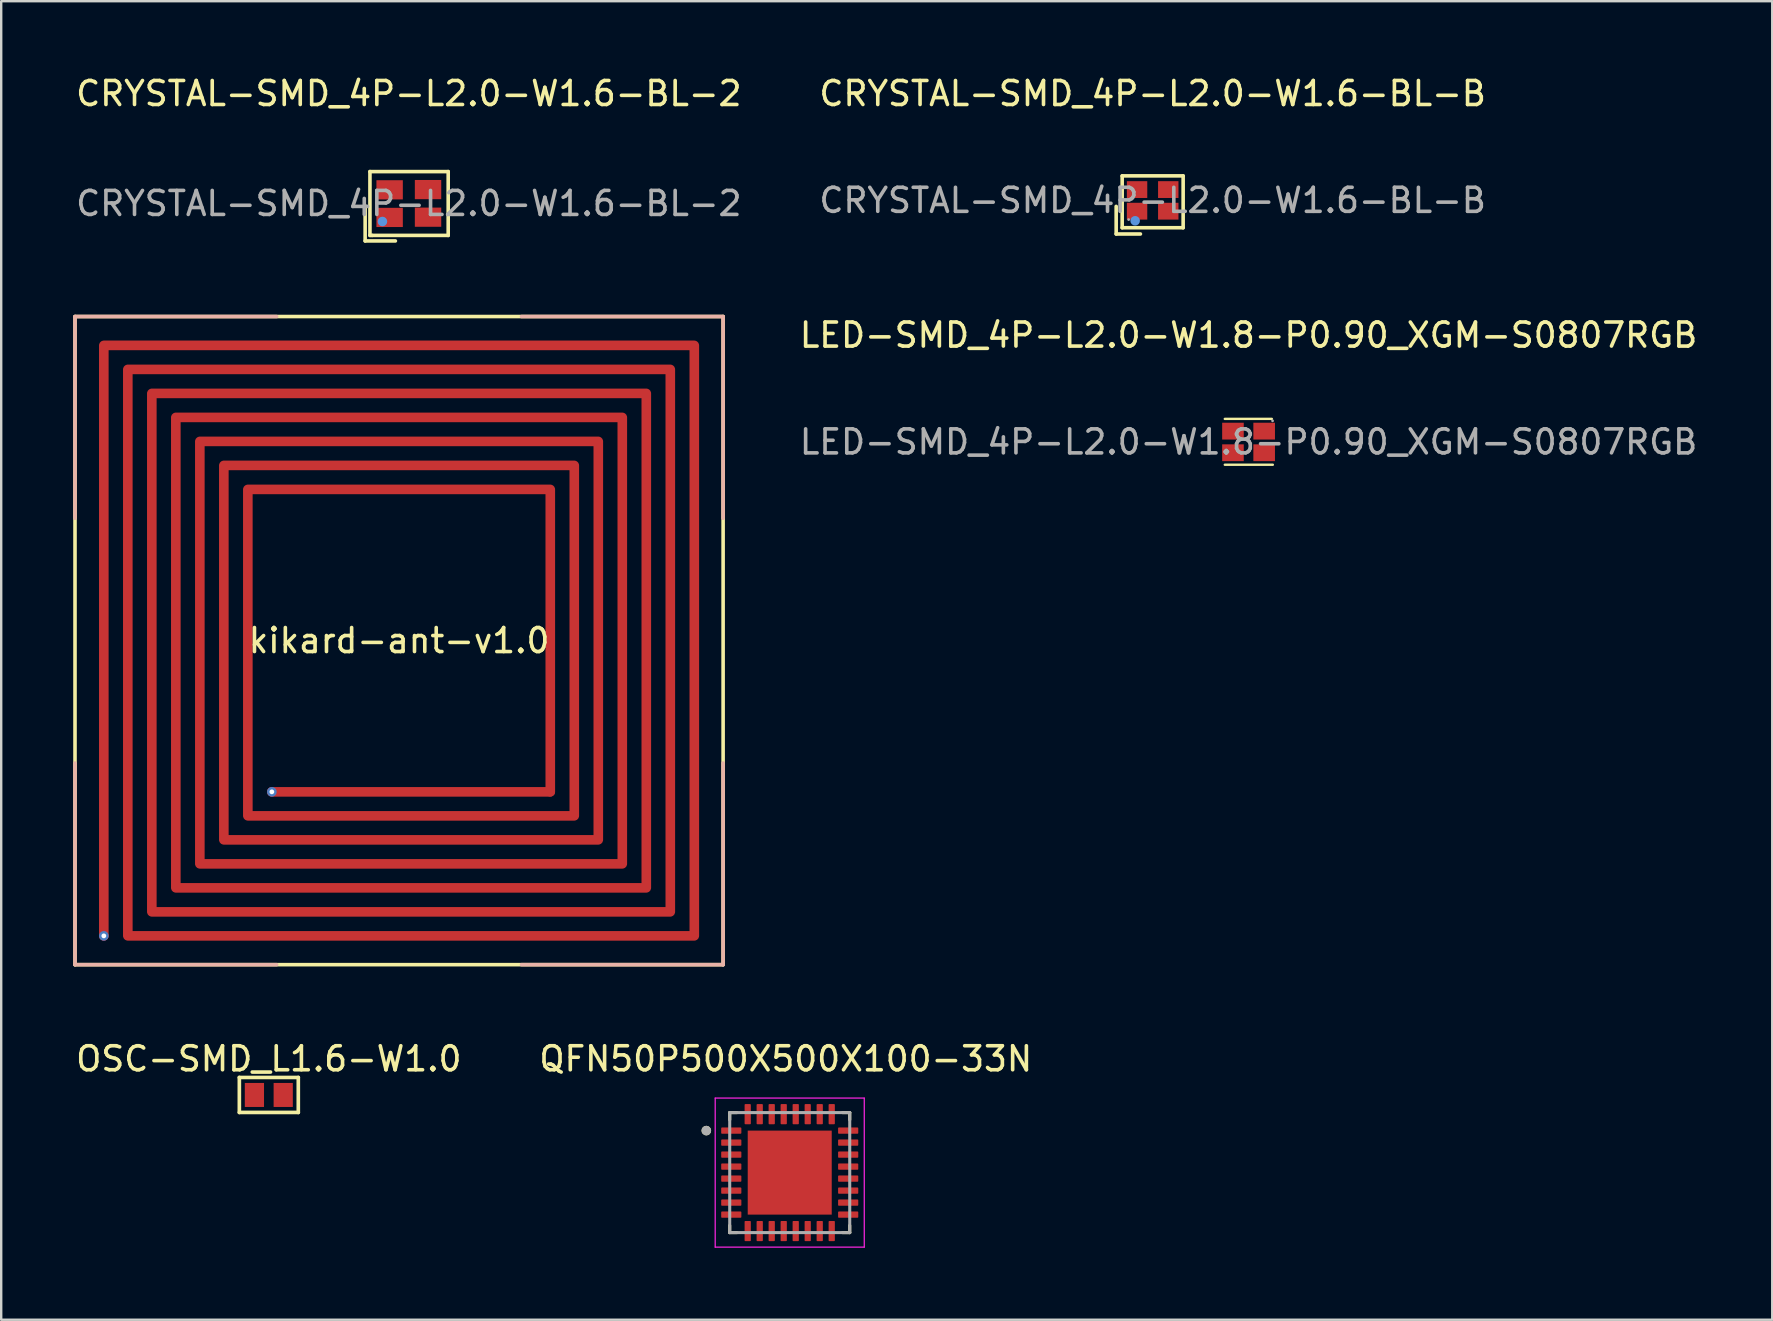
<source format=kicad_pcb>
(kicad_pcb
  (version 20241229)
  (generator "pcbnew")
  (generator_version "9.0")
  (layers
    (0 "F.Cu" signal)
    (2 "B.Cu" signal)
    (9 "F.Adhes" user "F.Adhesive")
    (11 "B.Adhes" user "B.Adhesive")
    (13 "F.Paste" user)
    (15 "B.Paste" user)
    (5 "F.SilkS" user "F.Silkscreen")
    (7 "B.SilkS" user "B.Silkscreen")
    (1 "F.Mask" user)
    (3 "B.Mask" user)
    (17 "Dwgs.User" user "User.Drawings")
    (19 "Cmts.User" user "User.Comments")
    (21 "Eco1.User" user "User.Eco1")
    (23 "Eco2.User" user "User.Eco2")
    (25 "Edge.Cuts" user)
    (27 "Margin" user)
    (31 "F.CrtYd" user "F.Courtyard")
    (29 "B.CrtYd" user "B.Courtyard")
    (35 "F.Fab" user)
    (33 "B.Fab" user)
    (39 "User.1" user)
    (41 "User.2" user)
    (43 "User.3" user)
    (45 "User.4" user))
  (footprint "CRYSTAL-SMD_4P-L2.0-W1.6-BL-B"
    (layer "F.Cu")
    (at 44.97 5.298)
    (property "Reference" "CRYSTAL-SMD_4P-L2.0-W1.6-BL-B" (at 0 -4.45 0) (layer "F.SilkS") (effects (font (size 1 1) (thickness 0.15))))
    (attr smd)
    (fp_line (start -1.52 0.25) (end -1.52 1.4) (stroke (width 0.15) (type solid)) (layer "F.SilkS"))
    (fp_line (start -1.52 1.4) (end -0.51 1.4) (stroke (width 0.15) (type solid)) (layer "F.SilkS"))
    (fp_line (start -1.27 -1.02) (end -1.27 1.14) (stroke (width 0.15) (type solid)) (layer "F.SilkS"))
    (fp_line (start -1.27 1.14) (end 1.27 1.14) (stroke (width 0.15) (type solid)) (layer "F.SilkS"))
    (fp_line (start 1.27 -1.02) (end -1.27 -1.02) (stroke (width 0.15) (type solid)) (layer "F.SilkS"))
    (fp_line (start 1.27 1.14) (end 1.27 -1.02) (stroke (width 0.15) (type solid)) (layer "F.SilkS"))
    (fp_circle (center -0.73 0.85) (end -0.63 0.85) (stroke (width 0.2) (type solid)) (fill no) (layer "Cmts.User"))
    (fp_circle (center -1 0.8) (end -0.97 0.8) (stroke (width 0.06) (type solid)) (fill no) (layer "F.Fab"))
    (fp_text user "${REFERENCE}" (at 0 0 0) (layer "F.Fab") (effects (font (size 1 1) (thickness 0.15))))
    (pad "1" smd rect (at -0.65 0.45) (size 0.85 0.7) (layers "F.Cu" "F.Mask" "F.Paste"))
    (pad "2" smd rect (at 0.65 0.45) (size 0.85 0.7) (layers "F.Cu" "F.Mask" "F.Paste"))
    (pad "3" smd rect (at 0.65 -0.45) (size 0.85 0.7) (layers "F.Cu" "F.Mask" "F.Paste"))
    (pad "4" smd rect (at -0.65 -0.45) (size 0.85 0.7) (layers "F.Cu" "F.Mask" "F.Paste")))
  (footprint "CRYSTAL-SMD_4P-L2.0-W1.6-BL-2"
    (layer "F.Cu")
    (at 13.982 5.428)
    (property "Reference" "CRYSTAL-SMD_4P-L2.0-W1.6-BL-2" (at 0 -4.58 0) (layer "F.SilkS") (effects (font (size 1 1) (thickness 0.15))))
    (attr smd)
    (fp_line (start -1.82 0.1) (end -1.82 1.56) (stroke (width 0.15) (type solid)) (layer "F.SilkS"))
    (fp_line (start -1.82 1.56) (end -0.56 1.56) (stroke (width 0.15) (type solid)) (layer "F.SilkS"))
    (fp_line (start -1.62 -1.33) (end 1.64 -1.33) (stroke (width 0.15) (type solid)) (layer "F.SilkS"))
    (fp_line (start -1.62 1.33) (end -1.62 -1.33) (stroke (width 0.15) (type solid)) (layer "F.SilkS"))
    (fp_line (start -1.53 1.33) (end -1.62 1.33) (stroke (width 0.15) (type solid)) (layer "F.SilkS"))
    (fp_line (start 1.64 -1.33) (end 1.64 1.33) (stroke (width 0.15) (type solid)) (layer "F.SilkS"))
    (fp_line (start 1.64 1.33) (end -1.53 1.33) (stroke (width 0.15) (type solid)) (layer "F.SilkS"))
    (fp_circle (center -1.1 0.75) (end -1 0.75) (stroke (width 0.2) (type solid)) (fill no) (layer "Cmts.User"))
    (fp_circle (center -1 0.8) (end -0.97 0.8) (stroke (width 0.06) (type solid)) (fill no) (layer "F.Fab"))
    (fp_text user "${REFERENCE}" (at 0 0 0) (layer "F.Fab") (effects (font (size 1 1) (thickness 0.15))))
    (pad "1" smd rect (at -0.8 0.58) (size 1.1 0.8) (layers "F.Cu" "F.Mask" "F.Paste"))
    (pad "2" smd rect (at 0.8 0.57) (size 1.1 0.8) (layers "F.Cu" "F.Mask" "F.Paste"))
    (pad "3" smd rect (at 0.8 -0.58) (size 1.1 0.8) (layers "F.Cu" "F.Mask" "F.Paste"))
    (pad "4" smd rect (at -0.8 -0.57) (size 1.1 0.8) (layers "F.Cu" "F.Mask" "F.Paste")))
  (footprint "kikard-ant-v1.0"
    (layer "F.Cu")
    (at 1.075 11.138)
    (property "Reference" "kikard-ant-v1.0" (at 12.5 12.5 0) (layer "F.SilkS") (effects (font (size 1 1) (thickness 0.15))))
    (attr through_hole)
    (fp_line (start -1 -1) (end 26 -1) (stroke (width 0.15) (type solid)) (layer "F.SilkS"))
    (fp_line (start -1 26) (end -1 -1) (stroke (width 0.15) (type solid)) (layer "F.SilkS"))
    (fp_line (start 26 -1) (end 26 26) (stroke (width 0.15) (type solid)) (layer "F.SilkS"))
    (fp_line (start 26 26) (end -1 26) (stroke (width 0.15) (type solid)) (layer "F.SilkS"))
    (fp_line (start -1 -1) (end -1 7.4) (stroke (width 0.15) (type solid)) (layer "B.SilkS"))
    (fp_line (start -1 -1) (end 7.4 -1) (stroke (width 0.15) (type solid)) (layer "B.SilkS"))
    (fp_line (start -1 26) (end -1 17.6) (stroke (width 0.15) (type solid)) (layer "B.SilkS"))
    (fp_line (start -1 26) (end 7.4 26) (stroke (width 0.15) (type solid)) (layer "B.SilkS"))
    (fp_line (start 26 -1) (end 17.6 -1) (stroke (width 0.15) (type solid)) (layer "B.SilkS"))
    (fp_line (start 26 -1) (end 26 7.4) (stroke (width 0.15) (type solid)) (layer "B.SilkS"))
    (fp_line (start 26 26) (end 17.6 26) (stroke (width 0.15) (type solid)) (layer "B.SilkS"))
    (fp_line (start 26 26) (end 26 17.6) (stroke (width 0.15) (type solid)) (layer "B.SilkS"))
    (pad "1" thru_hole circle (at 0.2 24.8) (size 0.4 0.4) (drill 0.2) (layers "*.Cu" "*.Mask"))
    (pad "1" smd custom (at 0.2 24.8) (size 0.4 0.4) (layers "F.Cu") (options (anchor circle)) (primitives (gr_line (start 0 0) (end 0 -24.6) (width 0.4)) (gr_line (start 0 -24.6) (end 24.6 -24.6) (width 0.4)) (gr_line (start 24.6 -24.6) (end 24.6 0) (width 0.4)) (gr_line (start 24.6 0) (end 1 0) (width 0.4)) (gr_line (start 1 0) (end 1 -23.6) (width 0.4)) (gr_line (start 1 -23.6) (end 23.6 -23.6) (width 0.4)) (gr_line (start 23.6 -23.6) (end 23.6 -1) (width 0.4)) (gr_line (start 23.6 -1) (end 2 -1) (width 0.4)) (gr_line (start 2 -1) (end 2 -22.6) (width 0.4)) (gr_line (start 2 -22.6) (end 22.6 -22.6) (width 0.4)) (gr_line (start 22.6 -22.6) (end 22.6 -2) (width 0.4)) (gr_line (start 22.6 -2) (end 3 -2) (width 0.4)) (gr_line (start 3 -2) (end 3 -21.6) (width 0.4)) (gr_line (start 3 -21.6) (end 21.6 -21.6) (width 0.4)) (gr_line (start 21.6 -21.6) (end 21.6 -3) (width 0.4)) (gr_line (start 21.6 -3) (end 4 -3) (width 0.4)) (gr_line (start 4 -3) (end 4 -20.6) (width 0.4)) (gr_line (start 4 -20.6) (end 20.6 -20.6) (width 0.4)) (gr_line (start 20.6 -20.6) (end 20.6 -4) (width 0.4)) (gr_line (start 20.6 -4) (end 5 -4) (width 0.4)) (gr_line (start 5 -4) (end 5 -19.6) (width 0.4)) (gr_line (start 5 -19.6) (end 19.6 -19.6) (width 0.4)) (gr_line (start 19.6 -19.6) (end 19.6 -5) (width 0.4)) (gr_line (start 19.6 -5) (end 6 -5) (width 0.4)) (gr_line (start 6 -5) (end 6 -18.6) (width 0.4)) (gr_line (start 6 -18.6) (end 18.6 -18.6) (width 0.4)) (gr_line (start 18.6 -18.6) (end 18.6 -6) (width 0.4))))
    (pad "2" thru_hole circle (at 7.2 18.8) (size 0.4 0.4) (drill 0.2) (layers "*.Cu" "*.Mask"))
    (pad "2" smd custom (at 7.2 18.8) (size 0.4 0.4) (layers "F.Cu") (options (anchor circle)) (primitives (gr_line (start 0 0) (end 11.6 0) (width 0.4)))))
  (footprint "OSC-SMD_L1.6-W1.0"
    (layer "F.Cu")
    (at 8.149 42.566)
    (property "Reference" "OSC-SMD_L1.6-W1.0" (at 0 -1.505 0) (layer "F.SilkS") (effects (font (size 1 1) (thickness 0.15))))
    (fp_line (start -1.228 -0.729) (end 1.228 -0.729) (stroke (width 0.152) (type default)) (layer "F.SilkS"))
    (fp_line (start -1.228 0.729) (end -1.228 -0.729) (stroke (width 0.152) (type default)) (layer "F.SilkS"))
    (fp_line (start 1.228 -0.729) (end 1.228 0.729) (stroke (width 0.152) (type default)) (layer "F.SilkS"))
    (fp_line (start 1.228 0.729) (end -1.228 0.729) (stroke (width 0.152) (type default)) (layer "F.SilkS"))
    (fp_poly (pts (xy -0.3 0.4) (xy -0.3 -0.4) (xy -0.7 -0.4) (xy -0.7 0.4)) (stroke (width 0.1) (type default)) (fill no) (layer "User.1"))
    (fp_poly (pts (xy 0.3 0.4) (xy 0.3 -0.4) (xy 0.7 -0.4) (xy 0.7 0.4)) (stroke (width 0.1) (type default)) (fill no) (layer "User.1"))
    (fp_line (start -0.8 -0.5) (end 0.8 -0.5) (stroke (width 0.051) (type default)) (layer "User.2"))
    (fp_line (start -0.8 0.5) (end -0.8 -0.5) (stroke (width 0.051) (type default)) (layer "User.2"))
    (fp_line (start 0.8 -0.5) (end 0.8 0.5) (stroke (width 0.051) (type default)) (layer "User.2"))
    (fp_line (start 0.8 0.5) (end -0.8 0.5) (stroke (width 0.051) (type default)) (layer "User.2"))
    (fp_poly (pts (xy -0.745 0.477) (xy -0.777 0.445) (xy -0.823 0.445) (xy -0.855 0.477) (xy -0.855 0.523) (xy -0.823 0.555) (xy -0.777 0.555) (xy -0.745 0.523)) (stroke (width 0.1) (type default)) (fill no) (layer "User.3"))
    (pad "1" smd rect (at -0.6 0) (size 0.8 1) (layers "F.Cu" "F.Mask" "F.Paste"))
    (pad "2" smd rect (at 0.6 0) (size 0.8 1) (layers "F.Cu" "F.Mask" "F.Paste")))
  (footprint "QFN50P500X500X100-33N"
    (layer "F.Cu")
    (at 29.85 45.801)
    (property "Reference" "QFN50P500X500X100-33N" (at -0.165 -4.74 0) (layer "F.SilkS") (effects (font (size 1 1) (thickness 0.15))))
    (attr smd)
    (fp_line (start -2.5 -2.5) (end -2.5 -2.2) (stroke (width 0.127) (type solid)) (layer "F.SilkS"))
    (fp_line (start -2.5 -2.5) (end -2.2 -2.5) (stroke (width 0.127) (type solid)) (layer "F.SilkS"))
    (fp_line (start -2.5 2.5) (end -2.5 2.2) (stroke (width 0.127) (type solid)) (layer "F.SilkS"))
    (fp_line (start -2.5 2.5) (end -2.2 2.5) (stroke (width 0.127) (type solid)) (layer "F.SilkS"))
    (fp_line (start 2.5 -2.5) (end 2.2 -2.5) (stroke (width 0.127) (type solid)) (layer "F.SilkS"))
    (fp_line (start 2.5 -2.5) (end 2.5 -2.2) (stroke (width 0.127) (type solid)) (layer "F.SilkS"))
    (fp_line (start 2.5 2.5) (end 2.2 2.5) (stroke (width 0.127) (type solid)) (layer "F.SilkS"))
    (fp_line (start 2.5 2.5) (end 2.5 2.2) (stroke (width 0.127) (type solid)) (layer "F.SilkS"))
    (fp_circle (center -3.475 -1.75) (end -3.375 -1.75) (stroke (width 0.2) (type solid)) (fill no) (layer "F.SilkS"))
    (fp_poly (pts (xy -1.11 -1.11) (xy 1.11 -1.11) (xy 1.11 1.11) (xy -1.11 1.11)) (stroke (width 0.01) (type solid)) (fill yes) (layer "F.Paste"))
    (fp_line (start -3.105 -3.105) (end 3.105 -3.105) (stroke (width 0.05) (type solid)) (layer "F.CrtYd"))
    (fp_line (start -3.105 3.105) (end -3.105 -3.105) (stroke (width 0.05) (type solid)) (layer "F.CrtYd"))
    (fp_line (start -3.105 3.105) (end 3.105 3.105) (stroke (width 0.05) (type solid)) (layer "F.CrtYd"))
    (fp_line (start 3.105 3.105) (end 3.105 -3.105) (stroke (width 0.05) (type solid)) (layer "F.CrtYd"))
    (fp_line (start -2.5 2.5) (end -2.5 -2.5) (stroke (width 0.127) (type solid)) (layer "F.Fab"))
    (fp_line (start 2.5 -2.5) (end -2.5 -2.5) (stroke (width 0.127) (type solid)) (layer "F.Fab"))
    (fp_line (start 2.5 2.5) (end -2.5 2.5) (stroke (width 0.127) (type solid)) (layer "F.Fab"))
    (fp_line (start 2.5 2.5) (end 2.5 -2.5) (stroke (width 0.127) (type solid)) (layer "F.Fab"))
    (fp_circle (center -3.475 -1.75) (end -3.375 -1.75) (stroke (width 0.2) (type solid)) (fill no) (layer "F.Fab"))
    (pad "1" smd roundrect (at -2.435 -1.75) (size 0.84 0.26) (layers "F.Cu" "F.Mask" "F.Paste") (roundrect_rratio 0.125))
    (pad "2" smd roundrect (at -2.435 -1.25) (size 0.84 0.26) (layers "F.Cu" "F.Mask" "F.Paste") (roundrect_rratio 0.125))
    (pad "3" smd roundrect (at -2.435 -0.75) (size 0.84 0.26) (layers "F.Cu" "F.Mask" "F.Paste") (roundrect_rratio 0.125))
    (pad "4" smd roundrect (at -2.435 -0.25) (size 0.84 0.26) (layers "F.Cu" "F.Mask" "F.Paste") (roundrect_rratio 0.125))
    (pad "5" smd roundrect (at -2.435 0.25) (size 0.84 0.26) (layers "F.Cu" "F.Mask" "F.Paste") (roundrect_rratio 0.125))
    (pad "6" smd roundrect (at -2.435 0.75) (size 0.84 0.26) (layers "F.Cu" "F.Mask" "F.Paste") (roundrect_rratio 0.125))
    (pad "7" smd roundrect (at -2.435 1.25) (size 0.84 0.26) (layers "F.Cu" "F.Mask" "F.Paste") (roundrect_rratio 0.125))
    (pad "8" smd roundrect (at -2.435 1.75) (size 0.84 0.26) (layers "F.Cu" "F.Mask" "F.Paste") (roundrect_rratio 0.125))
    (pad "9" smd roundrect (at -1.75 2.435) (size 0.26 0.84) (layers "F.Cu" "F.Mask" "F.Paste") (roundrect_rratio 0.125))
    (pad "10" smd roundrect (at -1.25 2.435) (size 0.26 0.84) (layers "F.Cu" "F.Mask" "F.Paste") (roundrect_rratio 0.125))
    (pad "11" smd roundrect (at -0.75 2.435) (size 0.26 0.84) (layers "F.Cu" "F.Mask" "F.Paste") (roundrect_rratio 0.125))
    (pad "12" smd roundrect (at -0.25 2.435) (size 0.26 0.84) (layers "F.Cu" "F.Mask" "F.Paste") (roundrect_rratio 0.125))
    (pad "13" smd roundrect (at 0.25 2.435) (size 0.26 0.84) (layers "F.Cu" "F.Mask" "F.Paste") (roundrect_rratio 0.125))
    (pad "14" smd roundrect (at 0.75 2.435) (size 0.26 0.84) (layers "F.Cu" "F.Mask" "F.Paste") (roundrect_rratio 0.125))
    (pad "15" smd roundrect (at 1.25 2.435) (size 0.26 0.84) (layers "F.Cu" "F.Mask" "F.Paste") (roundrect_rratio 0.125))
    (pad "16" smd roundrect (at 1.75 2.435) (size 0.26 0.84) (layers "F.Cu" "F.Mask" "F.Paste") (roundrect_rratio 0.125))
    (pad "17" smd roundrect (at 2.435 1.75) (size 0.84 0.26) (layers "F.Cu" "F.Mask" "F.Paste") (roundrect_rratio 0.125))
    (pad "18" smd roundrect (at 2.435 1.25) (size 0.84 0.26) (layers "F.Cu" "F.Mask" "F.Paste") (roundrect_rratio 0.125))
    (pad "19" smd roundrect (at 2.435 0.75) (size 0.84 0.26) (layers "F.Cu" "F.Mask" "F.Paste") (roundrect_rratio 0.125))
    (pad "20" smd roundrect (at 2.435 0.25) (size 0.84 0.26) (layers "F.Cu" "F.Mask" "F.Paste") (roundrect_rratio 0.125))
    (pad "21" smd roundrect (at 2.435 -0.25) (size 0.84 0.26) (layers "F.Cu" "F.Mask" "F.Paste") (roundrect_rratio 0.125))
    (pad "22" smd roundrect (at 2.435 -0.75) (size 0.84 0.26) (layers "F.Cu" "F.Mask" "F.Paste") (roundrect_rratio 0.125))
    (pad "23" smd roundrect (at 2.435 -1.25) (size 0.84 0.26) (layers "F.Cu" "F.Mask" "F.Paste") (roundrect_rratio 0.125))
    (pad "24" smd roundrect (at 2.435 -1.75) (size 0.84 0.26) (layers "F.Cu" "F.Mask" "F.Paste") (roundrect_rratio 0.125))
    (pad "25" smd roundrect (at 1.75 -2.435) (size 0.26 0.84) (layers "F.Cu" "F.Mask" "F.Paste") (roundrect_rratio 0.125))
    (pad "26" smd roundrect (at 1.25 -2.435) (size 0.26 0.84) (layers "F.Cu" "F.Mask" "F.Paste") (roundrect_rratio 0.125))
    (pad "27" smd roundrect (at 0.75 -2.435) (size 0.26 0.84) (layers "F.Cu" "F.Mask" "F.Paste") (roundrect_rratio 0.125))
    (pad "28" smd roundrect (at 0.25 -2.435) (size 0.26 0.84) (layers "F.Cu" "F.Mask" "F.Paste") (roundrect_rratio 0.125))
    (pad "29" smd roundrect (at -0.25 -2.435) (size 0.26 0.84) (layers "F.Cu" "F.Mask" "F.Paste") (roundrect_rratio 0.125))
    (pad "30" smd roundrect (at -0.75 -2.435) (size 0.26 0.84) (layers "F.Cu" "F.Mask" "F.Paste") (roundrect_rratio 0.125))
    (pad "31" smd roundrect (at -1.25 -2.435) (size 0.26 0.84) (layers "F.Cu" "F.Mask" "F.Paste") (roundrect_rratio 0.125))
    (pad "32" smd roundrect (at -1.75 -2.435) (size 0.26 0.84) (layers "F.Cu" "F.Mask" "F.Paste") (roundrect_rratio 0.125))
    (pad "33" smd rect (at 0 0) (size 3.5 3.5) (layers "F.Cu" "F.Mask")))
  (footprint "LED-SMD_4P-L2.0-W1.8-P0.90_XGM-S0807RGB"
    (layer "F.Cu")
    (at 48.965 15.361)
    (property "Reference" "LED-SMD_4P-L2.0-W1.8-P0.90_XGM-S0807RGB" (at 0 -4.45 0) (layer "F.SilkS") (effects (font (size 1 1) (thickness 0.15))))
    (attr smd)
    (fp_line (start -0.99 -0.96) (end 0.97 -0.96) (stroke (width 0.1) (type solid)) (layer "F.SilkS"))
    (fp_line (start -0.99 0.95) (end 1.01 0.95) (stroke (width 0.1) (type solid)) (layer "F.SilkS"))
    (fp_circle (center 1 -0.88) (end 1.03 -0.88) (stroke (width 0.06) (type solid)) (fill no) (layer "F.Fab"))
    (fp_text user "${REFERENCE}" (at 0 0 0) (layer "F.Fab") (effects (font (size 1 1) (thickness 0.15))))
    (pad "1" smd rect (at 0.65 -0.45) (size 0.9 0.7) (layers "F.Cu" "F.Mask" "F.Paste"))
    (pad "2" smd rect (at -0.65 -0.45) (size 0.9 0.7) (layers "F.Cu" "F.Mask" "F.Paste"))
    (pad "3" smd rect (at 0.65 0.45) (size 0.9 0.7) (layers "F.Cu" "F.Mask" "F.Paste"))
    (pad "4" smd rect (at -0.65 0.45) (size 0.9 0.7) (layers "F.Cu" "F.Mask" "F.Paste")))
  (gr_rect
    (start -3 -3)
    (end 70.781 51.931)
    (stroke (width 0.1) (type default))
    (fill no)
    (layer "Edge.Cuts")))
</source>
